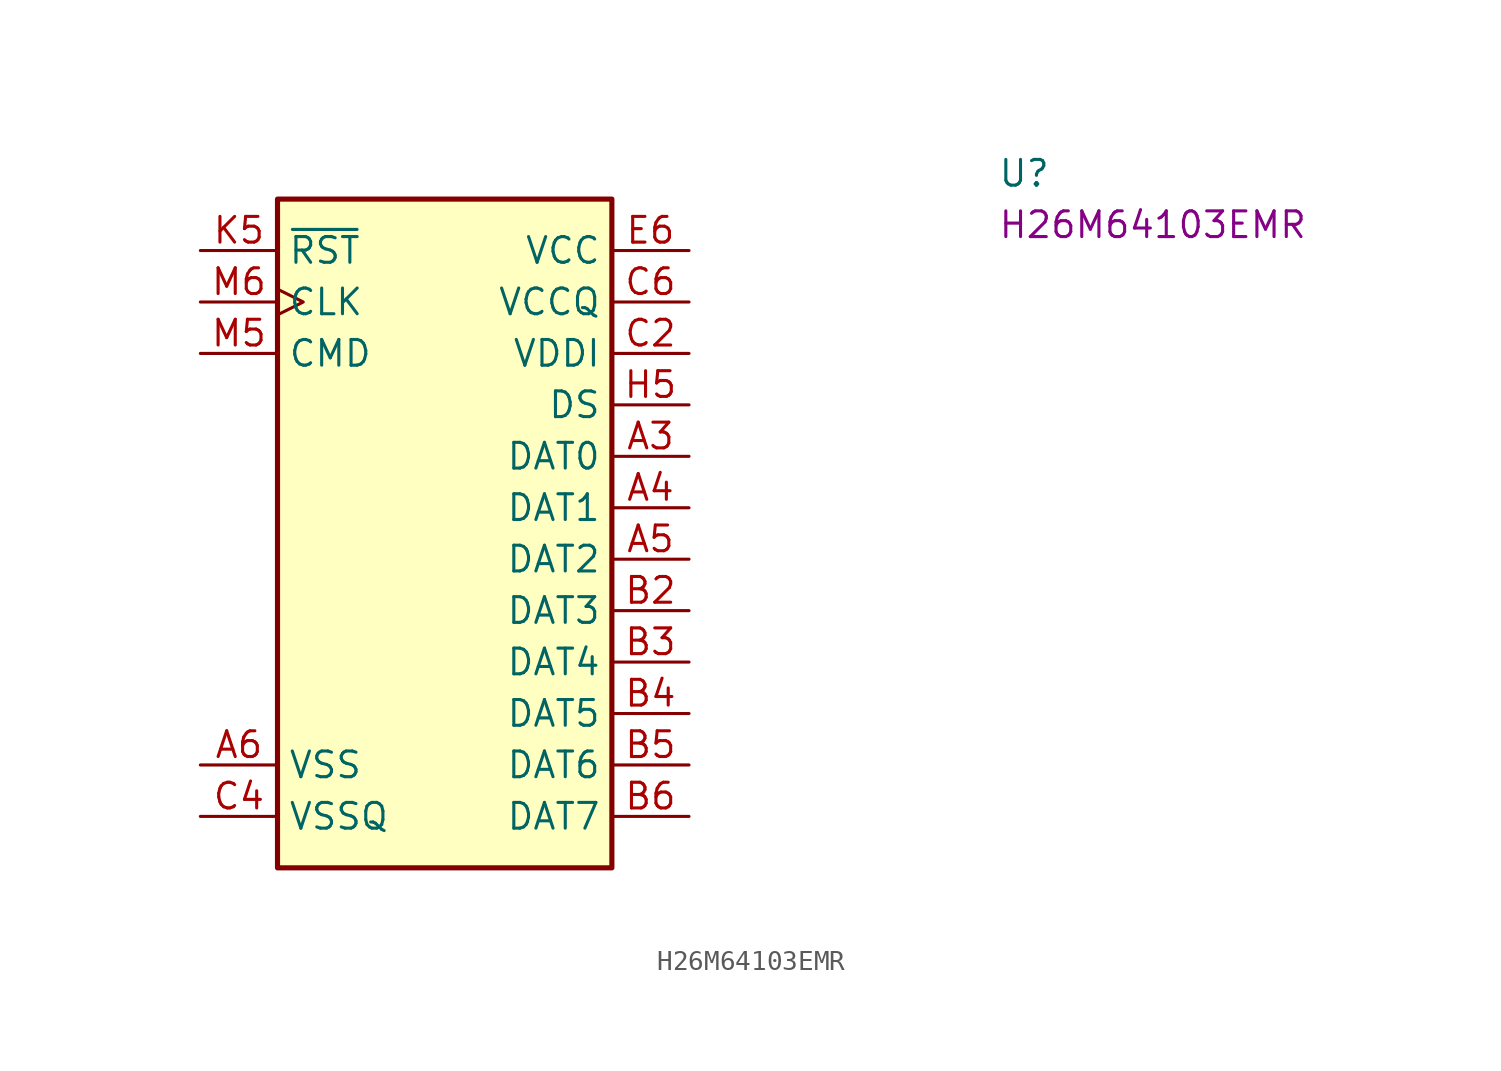
<source format=kicad_sym>
(kicad_symbol_lib
  (version 20220914)
  (generator kicad_symbol_editor)
  (symbol "H26M64103EMR"
    (property "Reference" "U"
      (at 39.37 3.81 0)
      (effects (font (size 1.27 1.27)) (justify left)))
    (property "MPN" "H26M64103EMR"
      (at 39.37 1.27 0)
      (effects (font (size 1.27 1.27)) (justify left)))
    (symbol "H26M64103EMR_1_1"
      (rectangle (start 3.81 2.54) (end 20.32 -30.48) (stroke (width 0.254) (type default)) (fill (type background)))
      (pin bidirectional line (at 24.13 -10.16 180) (length 3.81) (name "DAT0" (effects (font (size 1.27 1.27)))) (number "A3" (effects (font (size 1.27 1.27)))))
      (pin bidirectional line (at 24.13 -12.7 180) (length 3.81) (name "DAT1" (effects (font (size 1.27 1.27)))) (number "A4" (effects (font (size 1.27 1.27)))))
      (pin bidirectional line (at 24.13 -15.24 180) (length 3.81) (name "DAT2" (effects (font (size 1.27 1.27)))) (number "A5" (effects (font (size 1.27 1.27)))))
      (pin power_in line (at 0 -25.4 0) (length 3.81) (name "VSS" (effects (font (size 1.27 1.27)))) (number "A6" (effects (font (size 1.27 1.27)))))
      (pin passive line (at 3.81 -22.86 0) (length 3.81) hide (name "RFU" (effects (font (size 1.27 1.27)))) (number "A7" (effects (font (size 1.27 1.27)))))
      (pin bidirectional line (at 24.13 -17.78 180) (length 3.81) (name "DAT3" (effects (font (size 1.27 1.27)))) (number "B2" (effects (font (size 1.27 1.27)))))
      (pin bidirectional line (at 24.13 -20.32 180) (length 3.81) (name "DAT4" (effects (font (size 1.27 1.27)))) (number "B3" (effects (font (size 1.27 1.27)))))
      (pin bidirectional line (at 24.13 -22.86 180) (length 3.81) (name "DAT5" (effects (font (size 1.27 1.27)))) (number "B4" (effects (font (size 1.27 1.27)))))
      (pin bidirectional line (at 24.13 -25.4 180) (length 3.81) (name "DAT6" (effects (font (size 1.27 1.27)))) (number "B5" (effects (font (size 1.27 1.27)))))
      (pin bidirectional line (at 24.13 -27.94 180) (length 3.81) (name "DAT7" (effects (font (size 1.27 1.27)))) (number "B6" (effects (font (size 1.27 1.27)))))
      (pin power_in line (at 24.13 -5.08 180) (length 3.81) (name "VDDI" (effects (font (size 1.27 1.27)))) (number "C2" (effects (font (size 1.27 1.27)))))
      (pin power_in line (at 0 -27.94 0) (length 3.81) (name "VSSQ" (effects (font (size 1.27 1.27)))) (number "C4" (effects (font (size 1.27 1.27)))))
      (pin power_in line (at 24.13 -2.54 180) (length 3.81) (name "VCCQ" (effects (font (size 1.27 1.27)))) (number "C6" (effects (font (size 1.27 1.27)))))
      (pin passive line (at 3.81 -7.62 0) (length 3.81) hide (name "VSF" (effects (font (size 1.27 1.27)))) (number "E10" (effects (font (size 1.27 1.27)))))
      (pin passive line (at 3.81 -11.43 0) (length 3.81) hide (name "RFU" (effects (font (size 1.27 1.27)))) (number "E5" (effects (font (size 1.27 1.27)))))
      (pin power_in line (at 24.13 0 180) (length 3.81) (name "VCC" (effects (font (size 1.27 1.27)))) (number "E6" (effects (font (size 1.27 1.27)))))
      (pin passive line (at 0 -25.4 0) (length 3.81) hide (name "VSS" (effects (font (size 1.27 1.27)))) (number "E7" (effects (font (size 1.27 1.27)))))
      (pin passive line (at 3.81 -12.7 0) (length 3.81) hide (name "RFU" (effects (font (size 1.27 1.27)))) (number "E8" (effects (font (size 1.27 1.27)))))
      (pin passive line (at 3.81 -10.16 0) (length 3.81) hide (name "VSF" (effects (font (size 1.27 1.27)))) (number "E9" (effects (font (size 1.27 1.27)))))
      (pin passive line (at 3.81 -8.89 0) (length 3.81) hide (name "VSF" (effects (font (size 1.27 1.27)))) (number "F10" (effects (font (size 1.27 1.27)))))
      (pin passive line (at 24.13 0 180) (length 3.81) hide (name "VCC" (effects (font (size 1.27 1.27)))) (number "F5" (effects (font (size 1.27 1.27)))))
      (pin passive line (at 3.81 -13.97 0) (length 3.81) hide (name "RFU" (effects (font (size 1.27 1.27)))) (number "G10" (effects (font (size 1.27 1.27)))))
      (pin passive line (at 3.81 -15.24 0) (length 3.81) hide (name "RFU" (effects (font (size 1.27 1.27)))) (number "G3" (effects (font (size 1.27 1.27)))))
      (pin passive line (at 0 -25.4 0) (length 3.81) hide (name "VSS" (effects (font (size 1.27 1.27)))) (number "G5" (effects (font (size 1.27 1.27)))))
      (pin passive line (at 0 -25.4 0) (length 3.81) hide (name "VSS" (effects (font (size 1.27 1.27)))) (number "H10" (effects (font (size 1.27 1.27)))))
      (pin output line (at 24.13 -7.62 180) (length 3.81) (name "DS" (effects (font (size 1.27 1.27)))) (number "H5" (effects (font (size 1.27 1.27)))))
      (pin passive line (at 24.13 0 180) (length 3.81) hide (name "VCC" (effects (font (size 1.27 1.27)))) (number "J10" (effects (font (size 1.27 1.27)))))
      (pin passive line (at 0 -25.4 0) (length 3.81) hide (name "VSS" (effects (font (size 1.27 1.27)))) (number "J5" (effects (font (size 1.27 1.27)))))
      (pin passive line (at 3.81 -16.51 0) (length 3.81) hide (name "RFU" (effects (font (size 1.27 1.27)))) (number "K10" (effects (font (size 1.27 1.27)))))
      (pin input line (at 0 0 0) (length 3.81) (name "~{RST}" (effects (font (size 1.27 1.27)))) (number "K5" (effects (font (size 1.27 1.27)))))
      (pin passive line (at 3.81 -17.78 0) (length 3.81) hide (name "RFU" (effects (font (size 1.27 1.27)))) (number "K6" (effects (font (size 1.27 1.27)))))
      (pin passive line (at 3.81 -19.05 0) (length 3.81) hide (name "RFU" (effects (font (size 1.27 1.27)))) (number "K7" (effects (font (size 1.27 1.27)))))
      (pin passive line (at 0 -25.4 0) (length 3.81) hide (name "VSS" (effects (font (size 1.27 1.27)))) (number "K8" (effects (font (size 1.27 1.27)))))
      (pin passive line (at 24.13 0 180) (length 3.81) hide (name "VCC" (effects (font (size 1.27 1.27)))) (number "K9" (effects (font (size 1.27 1.27)))))
      (pin passive line (at 24.13 -2.54 180) (length 3.81) hide (name "VCCQ" (effects (font (size 1.27 1.27)))) (number "M4" (effects (font (size 1.27 1.27)))))
      (pin bidirectional line (at 0 -5.08 0) (length 3.81) (name "CMD" (effects (font (size 1.27 1.27)))) (number "M5" (effects (font (size 1.27 1.27)))))
      (pin input clock (at 0 -2.54 0) (length 3.81) (name "CLK" (effects (font (size 1.27 1.27)))) (number "M6" (effects (font (size 1.27 1.27)))))
      (pin passive line (at 0 -27.94 0) (length 3.81) hide (name "VSSQ" (effects (font (size 1.27 1.27)))) (number "N2" (effects (font (size 1.27 1.27)))))
      (pin passive line (at 24.13 -2.54 180) (length 3.81) hide (name "VCCQ" (effects (font (size 1.27 1.27)))) (number "N4" (effects (font (size 1.27 1.27)))))
      (pin passive line (at 0 -27.94 0) (length 3.81) hide (name "VSSQ" (effects (font (size 1.27 1.27)))) (number "N5" (effects (font (size 1.27 1.27)))))
      (pin passive line (at 3.81 -20.32 0) (length 3.81) hide (name "RFU" (effects (font (size 1.27 1.27)))) (number "P10" (effects (font (size 1.27 1.27)))))
      (pin passive line (at 24.13 -2.54 180) (length 3.81) hide (name "VCCQ" (effects (font (size 1.27 1.27)))) (number "P3" (effects (font (size 1.27 1.27)))))
      (pin passive line (at 0 -27.94 0) (length 3.81) hide (name "VSSQ" (effects (font (size 1.27 1.27)))) (number "P4" (effects (font (size 1.27 1.27)))))
      (pin passive line (at 24.13 -2.54 180) (length 3.81) hide (name "VCCQ" (effects (font (size 1.27 1.27)))) (number "P5" (effects (font (size 1.27 1.27)))))
      (pin passive line (at 0 -27.94 0) (length 3.81) hide (name "VSSQ" (effects (font (size 1.27 1.27)))) (number "P6" (effects (font (size 1.27 1.27)))))
      (pin passive line (at 3.81 -21.59 0) (length 3.81) hide (name "RFU" (effects (font (size 1.27 1.27)))) (number "P7" (effects (font (size 1.27 1.27))))))))
</source>
